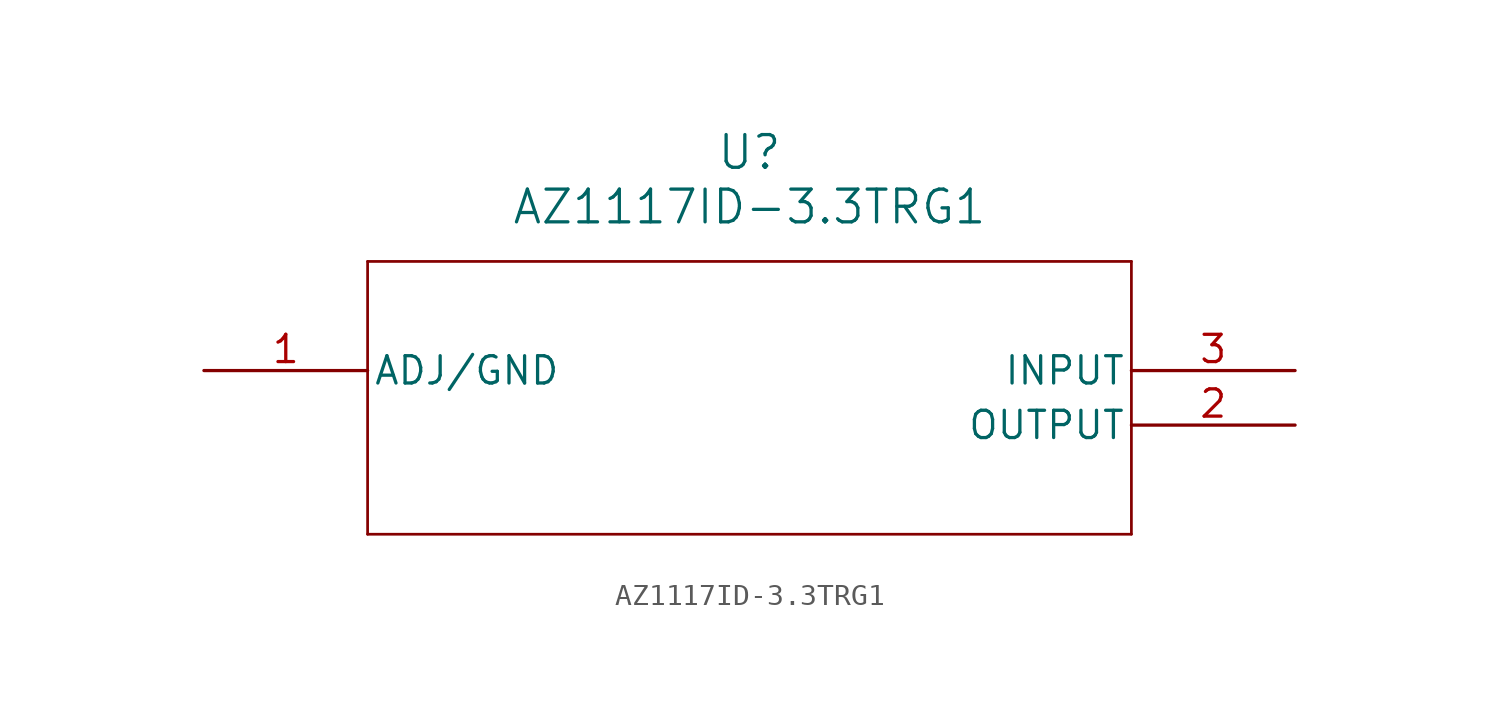
<source format=kicad_sym>
(kicad_symbol_lib
  (version 20211014)
  (generator kicad_symbol_editor)
  (symbol "AZ1117ID-3.3TRG1"
    (pin_names
      (offset 0.254))
    (property "Reference" "U"
      (at 25.4 10.16 0)
      (effects (font (size 1.524 1.524))))
    (property "Value" "AZ1117ID-3.3TRG1"
      (at 25.4 7.62 0)
      (effects (font (size 1.524 1.524))))
    (symbol "AZ1117ID-3.3TRG1_0_1"
      (polyline (pts (xy 7.62 5.08) (xy 7.62 -7.62)) (stroke (width 0.127) (type default) (color 0 0 0 0)) (fill (type none)))
      (polyline (pts (xy 7.62 -7.62) (xy 43.18 -7.62)) (stroke (width 0.127) (type default) (color 0 0 0 0)) (fill (type none)))
      (polyline (pts (xy 43.18 -7.62) (xy 43.18 5.08)) (stroke (width 0.127) (type default) (color 0 0 0 0)) (fill (type none)))
      (polyline (pts (xy 43.18 5.08) (xy 7.62 5.08)) (stroke (width 0.127) (type default) (color 0 0 0 0)) (fill (type none)))
      (pin power_out line (at 0 0 0) (length 7.62) (name "ADJ/GND" (effects (font (size 1.27 1.27)))) (number "1" (effects (font (size 1.27 1.27)))))
      (pin output line (at 50.8 -2.54 180) (length 7.62) (name "OUTPUT" (effects (font (size 1.27 1.27)))) (number "2" (effects (font (size 1.27 1.27)))))
      (pin input line (at 50.8 0 180) (length 7.62) (name "INPUT" (effects (font (size 1.27 1.27)))) (number "3" (effects (font (size 1.27 1.27))))))))
</source>
